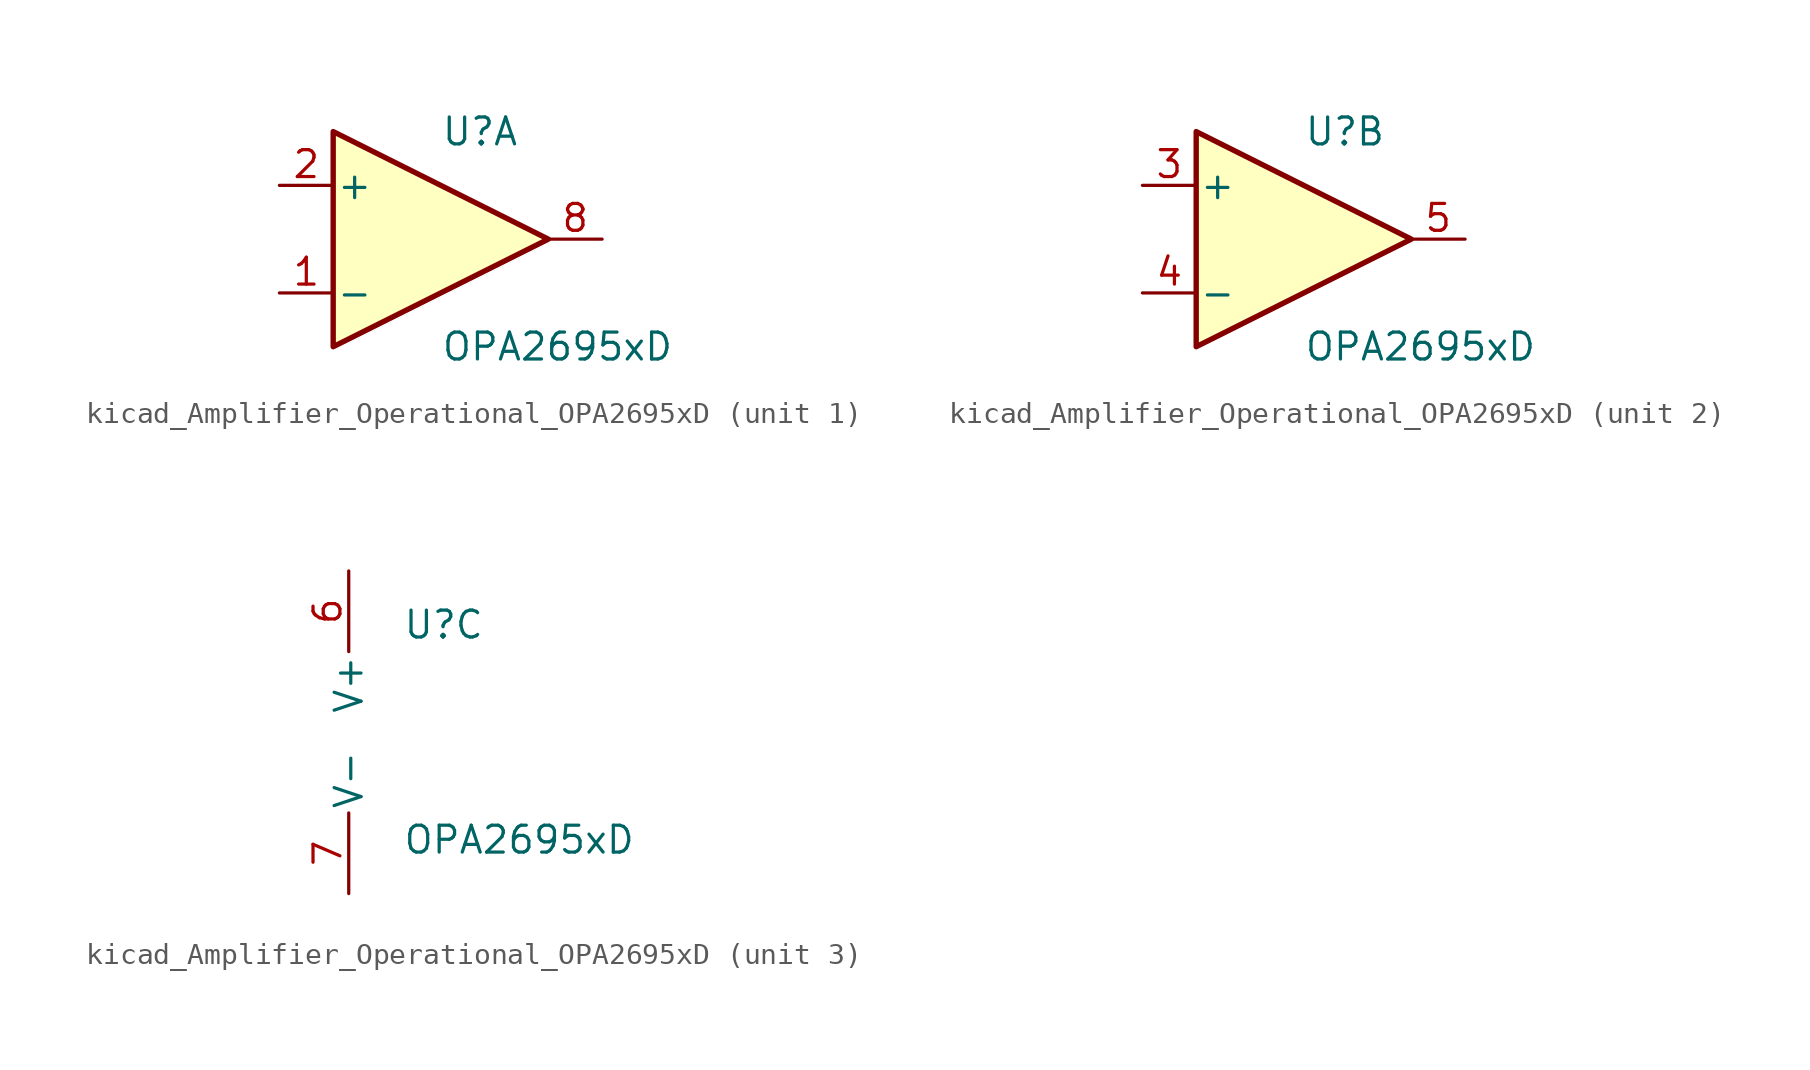
<source format=kicad_sym>
(kicad_symbol_lib
  (version 20220914)
  (generator kicad_symbol_editor)
  (symbol "kicad_Amplifier_Operational_OPA2695xD"
    (pin_names
      (offset 0.127))
    (property "Reference" "U"
      (at 0 5.08 0)
      (effects (font (size 1.27 1.27)) (justify left)))
    (property "Value" "OPA2695xD"
      (at 0 -5.08 0)
      (effects (font (size 1.27 1.27)) (justify left)))
    (property "ki_locked" ""
      (at 0 0 0)
      (effects (font (size 1.27 1.27))))
    (symbol "kicad_Amplifier_Operational_OPA2695xD_1_1"
      (polyline (pts (xy -5.08 5.08) (xy 5.08 0) (xy -5.08 -5.08) (xy -5.08 5.08)) (stroke (width 0.254) (type default)) (fill (type background)))
      (pin input line (at -7.62 -2.54 0) (length 2.54) (name "-" (effects (font (size 1.27 1.27)))) (number "1" (effects (font (size 1.27 1.27)))))
      (pin input line (at -7.62 2.54 0) (length 2.54) (name "+" (effects (font (size 1.27 1.27)))) (number "2" (effects (font (size 1.27 1.27)))))
      (pin output line (at 7.62 0 180) (length 2.54) (name "~" (effects (font (size 1.27 1.27)))) (number "8" (effects (font (size 1.27 1.27))))))
    (symbol "kicad_Amplifier_Operational_OPA2695xD_2_1"
      (polyline (pts (xy -5.08 5.08) (xy 5.08 0) (xy -5.08 -5.08) (xy -5.08 5.08)) (stroke (width 0.254) (type default)) (fill (type background)))
      (pin input line (at -7.62 2.54 0) (length 2.54) (name "+" (effects (font (size 1.27 1.27)))) (number "3" (effects (font (size 1.27 1.27)))))
      (pin input line (at -7.62 -2.54 0) (length 2.54) (name "-" (effects (font (size 1.27 1.27)))) (number "4" (effects (font (size 1.27 1.27)))))
      (pin output line (at 7.62 0 180) (length 2.54) (name "~" (effects (font (size 1.27 1.27)))) (number "5" (effects (font (size 1.27 1.27))))))
    (symbol "kicad_Amplifier_Operational_OPA2695xD_3_1"
      (pin power_in line (at -2.54 7.62 270) (length 3.81) (name "V+" (effects (font (size 1.27 1.27)))) (number "6" (effects (font (size 1.27 1.27)))))
      (pin power_in line (at -2.54 -7.62 90) (length 3.81) (name "V-" (effects (font (size 1.27 1.27)))) (number "7" (effects (font (size 1.27 1.27))))))))
</source>
